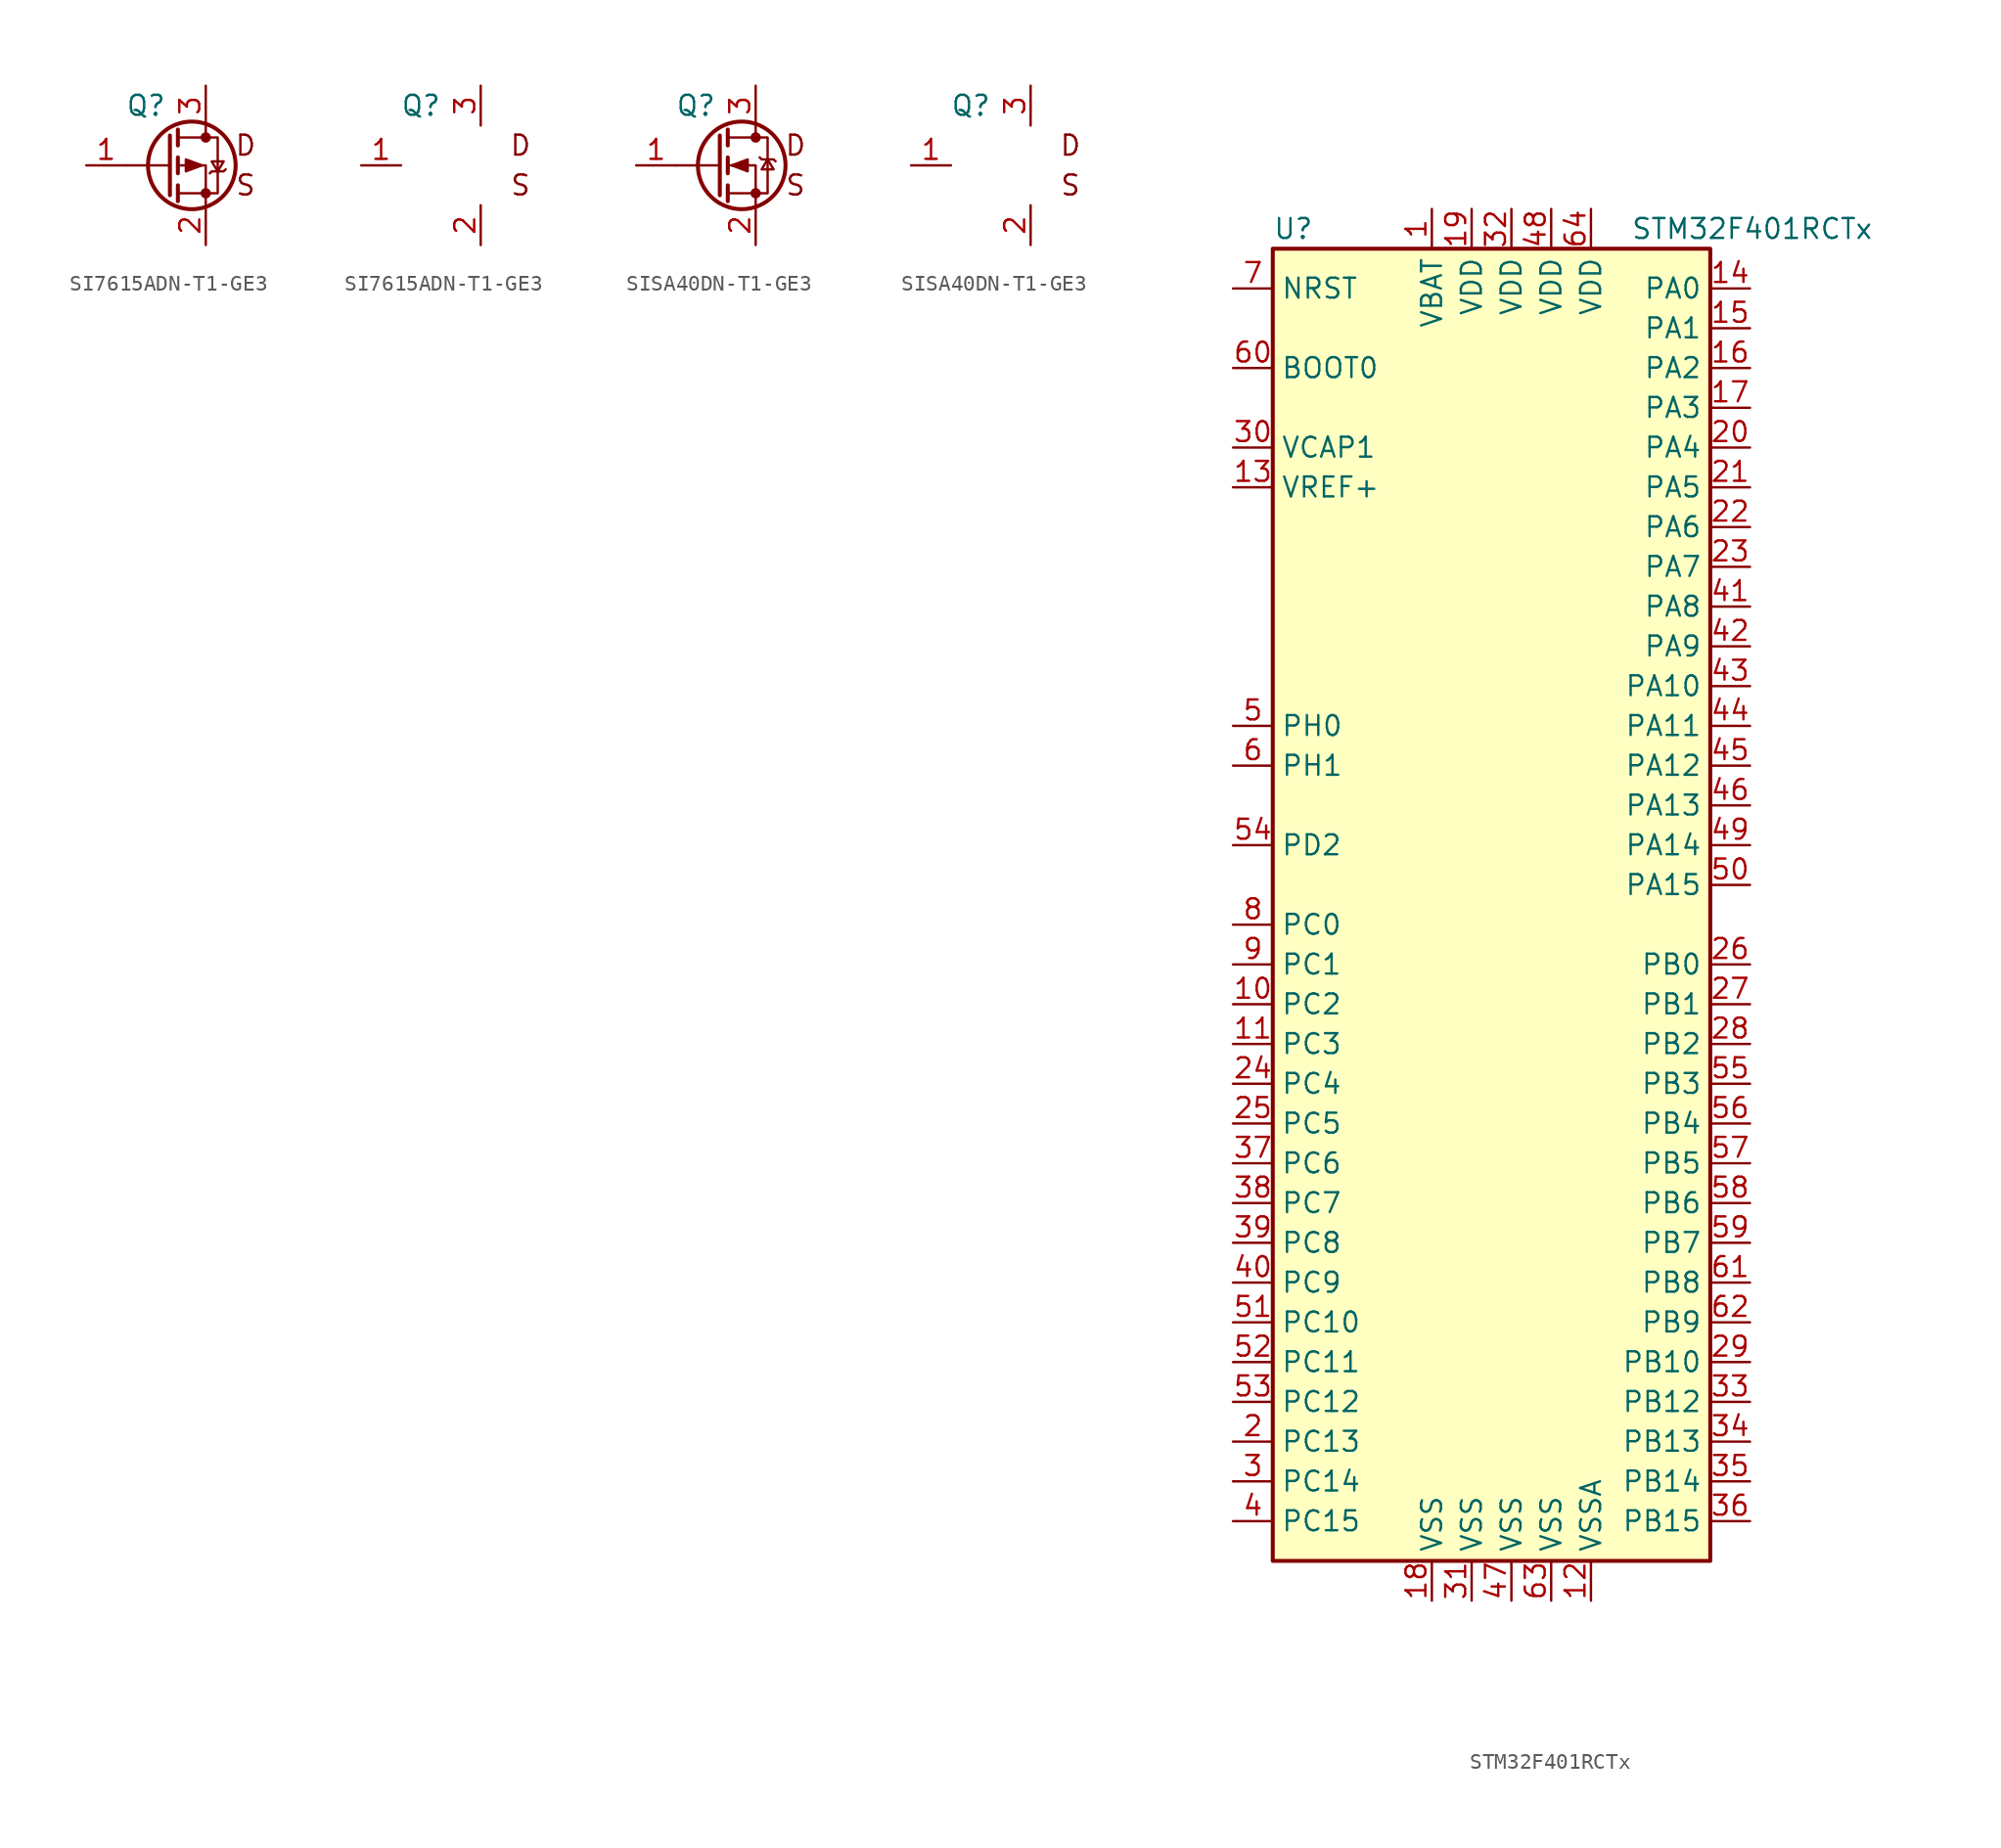
<source format=kicad_sym>
(kicad_symbol_lib
  (version 20211014)
  (generator kicad_symbol_editor)
  (symbol "SI7615ADN-T1-GE3"
    (pin_names
      (offset 1.016))
    (property "Reference" "Q"
      (at -3.81 3.81 0)
      (effects (font (size 1.27 1.27))))
    (symbol "SI7615ADN-T1-GE3_0_0"
      (text "D" (at 2.54 1.27 0) (effects (font (size 1.27 1.27))))
      (text "S" (at 2.54 -1.27 0) (effects (font (size 1.27 1.27)))))
    (symbol "SI7615ADN-T1-GE3_1_1"
      (circle (center -0.889 0) (radius 2.794) (stroke (width 0.254) (type default) (color 0 0 0 0)) (fill (type none)))
      (circle (center 0 -1.778) (radius 0.254) (stroke (width 0) (type default) (color 0 0 0 0)) (fill (type outline)))
      (polyline (pts (xy -2.286 0) (xy -5.08 0)) (stroke (width 0) (type default) (color 0 0 0 0)) (fill (type none)))
      (polyline (pts (xy -2.286 1.905) (xy -2.286 -1.905)) (stroke (width 0.254) (type default) (color 0 0 0 0)) (fill (type none)))
      (polyline (pts (xy -1.778 -1.27) (xy -1.778 -2.286)) (stroke (width 0.254) (type default) (color 0 0 0 0)) (fill (type none)))
      (polyline (pts (xy -1.778 0.508) (xy -1.778 -0.508)) (stroke (width 0.254) (type default) (color 0 0 0 0)) (fill (type none)))
      (polyline (pts (xy -1.778 2.286) (xy -1.778 1.27)) (stroke (width 0.254) (type default) (color 0 0 0 0)) (fill (type none)))
      (polyline (pts (xy 0 2.54) (xy 0 1.778)) (stroke (width 0) (type default) (color 0 0 0 0)) (fill (type none)))
      (polyline (pts (xy 0 -2.54) (xy 0 0) (xy -1.778 0)) (stroke (width 0) (type default) (color 0 0 0 0)) (fill (type none)))
      (polyline (pts (xy -1.778 1.778) (xy 0.762 1.778) (xy 0.762 -1.778) (xy -1.778 -1.778)) (stroke (width 0) (type default) (color 0 0 0 0)) (fill (type none)))
      (polyline (pts (xy -0.254 0) (xy -1.27 0.381) (xy -1.27 -0.381) (xy -0.254 0)) (stroke (width 0) (type default) (color 0 0 0 0)) (fill (type outline)))
      (polyline (pts (xy 0.254 -0.508) (xy 0.381 -0.381) (xy 1.143 -0.381) (xy 1.27 -0.254)) (stroke (width 0) (type default) (color 0 0 0 0)) (fill (type none)))
      (polyline (pts (xy 0.762 -0.381) (xy 0.381 0.254) (xy 1.143 0.254) (xy 0.762 -0.381)) (stroke (width 0) (type default) (color 0 0 0 0)) (fill (type none)))
      (circle (center 0 1.778) (radius 0.254) (stroke (width 0) (type default) (color 0 0 0 0)) (fill (type outline)))
      (pin input line (at -7.62 0 0) (length 2.54) (name "~" (effects (font (size 1.27 1.27)))) (number "1" (effects (font (size 1.27 1.27)))))
      (pin passive line (at 0 -5.08 90) (length 2.54) (name "~" (effects (font (size 1.27 1.27)))) (number "2" (effects (font (size 1.27 1.27)))))
      (pin passive line (at 0 5.08 270) (length 2.54) (name "~" (effects (font (size 1.27 1.27)))) (number "3" (effects (font (size 1.27 1.27))))))
    (symbol "SI7615ADN-T1-GE3_1_2"
      (pin input line (at -7.62 0 0) (length 2.54) (name "~" (effects (font (size 1.27 1.27)))) (number "1" (effects (font (size 1.27 1.27)))))
      (pin passive line (at 0 -5.08 90) (length 2.54) (name "~" (effects (font (size 1.27 1.27)))) (number "2" (effects (font (size 1.27 1.27)))))
      (pin passive line (at 0 5.08 270) (length 2.54) (name "~" (effects (font (size 1.27 1.27)))) (number "3" (effects (font (size 1.27 1.27)))))))
  (symbol "SISA40DN-T1-GE3"
    (pin_names
      (offset 1.016))
    (property "Reference" "Q"
      (at -3.81 3.81 0)
      (effects (font (size 1.27 1.27))))
    (symbol "SISA40DN-T1-GE3_0_0"
      (text "D" (at 2.54 1.27 0) (effects (font (size 1.27 1.27))))
      (text "S" (at 2.54 -1.27 0) (effects (font (size 1.27 1.27)))))
    (symbol "SISA40DN-T1-GE3_1_1"
      (circle (center -0.889 0) (radius 2.794) (stroke (width 0.254) (type default) (color 0 0 0 0)) (fill (type none)))
      (circle (center 0 -1.778) (radius 0.254) (stroke (width 0) (type default) (color 0 0 0 0)) (fill (type outline)))
      (polyline (pts (xy -2.286 0) (xy -5.08 0)) (stroke (width 0) (type default) (color 0 0 0 0)) (fill (type none)))
      (polyline (pts (xy -2.286 1.905) (xy -2.286 -1.905)) (stroke (width 0.254) (type default) (color 0 0 0 0)) (fill (type none)))
      (polyline (pts (xy -1.778 -1.27) (xy -1.778 -2.286)) (stroke (width 0.254) (type default) (color 0 0 0 0)) (fill (type none)))
      (polyline (pts (xy -1.778 0.508) (xy -1.778 -0.508)) (stroke (width 0.254) (type default) (color 0 0 0 0)) (fill (type none)))
      (polyline (pts (xy -1.778 2.286) (xy -1.778 1.27)) (stroke (width 0.254) (type default) (color 0 0 0 0)) (fill (type none)))
      (polyline (pts (xy 0 2.54) (xy 0 1.778)) (stroke (width 0) (type default) (color 0 0 0 0)) (fill (type none)))
      (polyline (pts (xy 0 -2.54) (xy 0 0) (xy -1.778 0)) (stroke (width 0) (type default) (color 0 0 0 0)) (fill (type none)))
      (polyline (pts (xy -1.778 -1.778) (xy 0.762 -1.778) (xy 0.762 1.778) (xy -1.778 1.778)) (stroke (width 0) (type default) (color 0 0 0 0)) (fill (type none)))
      (polyline (pts (xy -1.524 0) (xy -0.508 0.381) (xy -0.508 -0.381) (xy -1.524 0)) (stroke (width 0) (type default) (color 0 0 0 0)) (fill (type outline)))
      (polyline (pts (xy 0.254 0.508) (xy 0.381 0.381) (xy 1.143 0.381) (xy 1.27 0.254)) (stroke (width 0) (type default) (color 0 0 0 0)) (fill (type none)))
      (polyline (pts (xy 0.762 0.381) (xy 0.381 -0.254) (xy 1.143 -0.254) (xy 0.762 0.381)) (stroke (width 0) (type default) (color 0 0 0 0)) (fill (type none)))
      (circle (center 0 1.778) (radius 0.254) (stroke (width 0) (type default) (color 0 0 0 0)) (fill (type outline)))
      (pin input line (at -7.62 0 0) (length 2.54) (name "~" (effects (font (size 1.27 1.27)))) (number "1" (effects (font (size 1.27 1.27)))))
      (pin passive line (at 0 -5.08 90) (length 2.54) (name "~" (effects (font (size 1.27 1.27)))) (number "2" (effects (font (size 1.27 1.27)))))
      (pin passive line (at 0 5.08 270) (length 2.54) (name "~" (effects (font (size 1.27 1.27)))) (number "3" (effects (font (size 1.27 1.27))))))
    (symbol "SISA40DN-T1-GE3_1_2"
      (pin input line (at -7.62 0 0) (length 2.54) (name "~" (effects (font (size 1.27 1.27)))) (number "1" (effects (font (size 1.27 1.27)))))
      (pin passive line (at 0 -5.08 90) (length 2.54) (name "~" (effects (font (size 1.27 1.27)))) (number "2" (effects (font (size 1.27 1.27)))))
      (pin passive line (at 0 5.08 270) (length 2.54) (name "~" (effects (font (size 1.27 1.27)))) (number "3" (effects (font (size 1.27 1.27)))))))
  (symbol "STM32F401RCTx"
    (property "Reference" "U"
      (at -15.24 41.91 0)
      (effects (font (size 1.27 1.27)) (justify left)))
    (property "Value" "STM32F401RCTx"
      (at 7.62 41.91 0)
      (effects (font (size 1.27 1.27)) (justify left)))
    (symbol "STM32F401RCTx_0_1"
      (rectangle (start -15.24 -43.18) (end 12.7 40.64) (stroke (width 0.254) (type default) (color 0 0 0 0)) (fill (type background))))
    (symbol "STM32F401RCTx_1_1"
      (pin power_in line (at -5.08 43.18 270) (length 2.54) (name "VBAT" (effects (font (size 1.27 1.27)))) (number "1" (effects (font (size 1.27 1.27)))))
      (pin bidirectional line (at -17.78 -7.62 0) (length 2.54) (name "PC2" (effects (font (size 1.27 1.27)))) (number "10" (effects (font (size 1.27 1.27)))))
      (pin bidirectional line (at -17.78 -10.16 0) (length 2.54) (name "PC3" (effects (font (size 1.27 1.27)))) (number "11" (effects (font (size 1.27 1.27)))))
      (pin power_in line (at 5.08 -45.72 90) (length 2.54) (name "VSSA" (effects (font (size 1.27 1.27)))) (number "12" (effects (font (size 1.27 1.27)))))
      (pin power_in line (at -17.78 25.4 0) (length 2.54) (name "VREF+" (effects (font (size 1.27 1.27)))) (number "13" (effects (font (size 1.27 1.27)))))
      (pin bidirectional line (at 15.24 38.1 180) (length 2.54) (name "PA0" (effects (font (size 1.27 1.27)))) (number "14" (effects (font (size 1.27 1.27)))))
      (pin bidirectional line (at 15.24 35.56 180) (length 2.54) (name "PA1" (effects (font (size 1.27 1.27)))) (number "15" (effects (font (size 1.27 1.27)))))
      (pin bidirectional line (at 15.24 33.02 180) (length 2.54) (name "PA2" (effects (font (size 1.27 1.27)))) (number "16" (effects (font (size 1.27 1.27)))))
      (pin bidirectional line (at 15.24 30.48 180) (length 2.54) (name "PA3" (effects (font (size 1.27 1.27)))) (number "17" (effects (font (size 1.27 1.27)))))
      (pin power_in line (at -5.08 -45.72 90) (length 2.54) (name "VSS" (effects (font (size 1.27 1.27)))) (number "18" (effects (font (size 1.27 1.27)))))
      (pin power_in line (at -2.54 43.18 270) (length 2.54) (name "VDD" (effects (font (size 1.27 1.27)))) (number "19" (effects (font (size 1.27 1.27)))))
      (pin bidirectional line (at -17.78 -35.56 0) (length 2.54) (name "PC13" (effects (font (size 1.27 1.27)))) (number "2" (effects (font (size 1.27 1.27)))))
      (pin bidirectional line (at 15.24 27.94 180) (length 2.54) (name "PA4" (effects (font (size 1.27 1.27)))) (number "20" (effects (font (size 1.27 1.27)))))
      (pin bidirectional line (at 15.24 25.4 180) (length 2.54) (name "PA5" (effects (font (size 1.27 1.27)))) (number "21" (effects (font (size 1.27 1.27)))))
      (pin bidirectional line (at 15.24 22.86 180) (length 2.54) (name "PA6" (effects (font (size 1.27 1.27)))) (number "22" (effects (font (size 1.27 1.27)))))
      (pin bidirectional line (at 15.24 20.32 180) (length 2.54) (name "PA7" (effects (font (size 1.27 1.27)))) (number "23" (effects (font (size 1.27 1.27)))))
      (pin bidirectional line (at -17.78 -12.7 0) (length 2.54) (name "PC4" (effects (font (size 1.27 1.27)))) (number "24" (effects (font (size 1.27 1.27)))))
      (pin bidirectional line (at -17.78 -15.24 0) (length 2.54) (name "PC5" (effects (font (size 1.27 1.27)))) (number "25" (effects (font (size 1.27 1.27)))))
      (pin bidirectional line (at 15.24 -5.08 180) (length 2.54) (name "PB0" (effects (font (size 1.27 1.27)))) (number "26" (effects (font (size 1.27 1.27)))))
      (pin bidirectional line (at 15.24 -7.62 180) (length 2.54) (name "PB1" (effects (font (size 1.27 1.27)))) (number "27" (effects (font (size 1.27 1.27)))))
      (pin bidirectional line (at 15.24 -10.16 180) (length 2.54) (name "PB2" (effects (font (size 1.27 1.27)))) (number "28" (effects (font (size 1.27 1.27)))))
      (pin bidirectional line (at 15.24 -30.48 180) (length 2.54) (name "PB10" (effects (font (size 1.27 1.27)))) (number "29" (effects (font (size 1.27 1.27)))))
      (pin bidirectional line (at -17.78 -38.1 0) (length 2.54) (name "PC14" (effects (font (size 1.27 1.27)))) (number "3" (effects (font (size 1.27 1.27)))))
      (pin power_in line (at -17.78 27.94 0) (length 2.54) (name "VCAP1" (effects (font (size 1.27 1.27)))) (number "30" (effects (font (size 1.27 1.27)))))
      (pin power_in line (at -2.54 -45.72 90) (length 2.54) (name "VSS" (effects (font (size 1.27 1.27)))) (number "31" (effects (font (size 1.27 1.27)))))
      (pin power_in line (at 0 43.18 270) (length 2.54) (name "VDD" (effects (font (size 1.27 1.27)))) (number "32" (effects (font (size 1.27 1.27)))))
      (pin bidirectional line (at 15.24 -33.02 180) (length 2.54) (name "PB12" (effects (font (size 1.27 1.27)))) (number "33" (effects (font (size 1.27 1.27)))))
      (pin bidirectional line (at 15.24 -35.56 180) (length 2.54) (name "PB13" (effects (font (size 1.27 1.27)))) (number "34" (effects (font (size 1.27 1.27)))))
      (pin bidirectional line (at 15.24 -38.1 180) (length 2.54) (name "PB14" (effects (font (size 1.27 1.27)))) (number "35" (effects (font (size 1.27 1.27)))))
      (pin bidirectional line (at 15.24 -40.64 180) (length 2.54) (name "PB15" (effects (font (size 1.27 1.27)))) (number "36" (effects (font (size 1.27 1.27)))))
      (pin bidirectional line (at -17.78 -17.78 0) (length 2.54) (name "PC6" (effects (font (size 1.27 1.27)))) (number "37" (effects (font (size 1.27 1.27)))))
      (pin bidirectional line (at -17.78 -20.32 0) (length 2.54) (name "PC7" (effects (font (size 1.27 1.27)))) (number "38" (effects (font (size 1.27 1.27)))))
      (pin bidirectional line (at -17.78 -22.86 0) (length 2.54) (name "PC8" (effects (font (size 1.27 1.27)))) (number "39" (effects (font (size 1.27 1.27)))))
      (pin bidirectional line (at -17.78 -40.64 0) (length 2.54) (name "PC15" (effects (font (size 1.27 1.27)))) (number "4" (effects (font (size 1.27 1.27)))))
      (pin bidirectional line (at -17.78 -25.4 0) (length 2.54) (name "PC9" (effects (font (size 1.27 1.27)))) (number "40" (effects (font (size 1.27 1.27)))))
      (pin bidirectional line (at 15.24 17.78 180) (length 2.54) (name "PA8" (effects (font (size 1.27 1.27)))) (number "41" (effects (font (size 1.27 1.27)))))
      (pin bidirectional line (at 15.24 15.24 180) (length 2.54) (name "PA9" (effects (font (size 1.27 1.27)))) (number "42" (effects (font (size 1.27 1.27)))))
      (pin bidirectional line (at 15.24 12.7 180) (length 2.54) (name "PA10" (effects (font (size 1.27 1.27)))) (number "43" (effects (font (size 1.27 1.27)))))
      (pin bidirectional line (at 15.24 10.16 180) (length 2.54) (name "PA11" (effects (font (size 1.27 1.27)))) (number "44" (effects (font (size 1.27 1.27)))))
      (pin bidirectional line (at 15.24 7.62 180) (length 2.54) (name "PA12" (effects (font (size 1.27 1.27)))) (number "45" (effects (font (size 1.27 1.27)))))
      (pin bidirectional line (at 15.24 5.08 180) (length 2.54) (name "PA13" (effects (font (size 1.27 1.27)))) (number "46" (effects (font (size 1.27 1.27)))))
      (pin power_in line (at 0 -45.72 90) (length 2.54) (name "VSS" (effects (font (size 1.27 1.27)))) (number "47" (effects (font (size 1.27 1.27)))))
      (pin power_in line (at 2.54 43.18 270) (length 2.54) (name "VDD" (effects (font (size 1.27 1.27)))) (number "48" (effects (font (size 1.27 1.27)))))
      (pin bidirectional line (at 15.24 2.54 180) (length 2.54) (name "PA14" (effects (font (size 1.27 1.27)))) (number "49" (effects (font (size 1.27 1.27)))))
      (pin input line (at -17.78 10.16 0) (length 2.54) (name "PH0" (effects (font (size 1.27 1.27)))) (number "5" (effects (font (size 1.27 1.27)))))
      (pin bidirectional line (at 15.24 0 180) (length 2.54) (name "PA15" (effects (font (size 1.27 1.27)))) (number "50" (effects (font (size 1.27 1.27)))))
      (pin bidirectional line (at -17.78 -27.94 0) (length 2.54) (name "PC10" (effects (font (size 1.27 1.27)))) (number "51" (effects (font (size 1.27 1.27)))))
      (pin bidirectional line (at -17.78 -30.48 0) (length 2.54) (name "PC11" (effects (font (size 1.27 1.27)))) (number "52" (effects (font (size 1.27 1.27)))))
      (pin bidirectional line (at -17.78 -33.02 0) (length 2.54) (name "PC12" (effects (font (size 1.27 1.27)))) (number "53" (effects (font (size 1.27 1.27)))))
      (pin bidirectional line (at -17.78 2.54 0) (length 2.54) (name "PD2" (effects (font (size 1.27 1.27)))) (number "54" (effects (font (size 1.27 1.27)))))
      (pin bidirectional line (at 15.24 -12.7 180) (length 2.54) (name "PB3" (effects (font (size 1.27 1.27)))) (number "55" (effects (font (size 1.27 1.27)))))
      (pin bidirectional line (at 15.24 -15.24 180) (length 2.54) (name "PB4" (effects (font (size 1.27 1.27)))) (number "56" (effects (font (size 1.27 1.27)))))
      (pin bidirectional line (at 15.24 -17.78 180) (length 2.54) (name "PB5" (effects (font (size 1.27 1.27)))) (number "57" (effects (font (size 1.27 1.27)))))
      (pin bidirectional line (at 15.24 -20.32 180) (length 2.54) (name "PB6" (effects (font (size 1.27 1.27)))) (number "58" (effects (font (size 1.27 1.27)))))
      (pin bidirectional line (at 15.24 -22.86 180) (length 2.54) (name "PB7" (effects (font (size 1.27 1.27)))) (number "59" (effects (font (size 1.27 1.27)))))
      (pin input line (at -17.78 7.62 0) (length 2.54) (name "PH1" (effects (font (size 1.27 1.27)))) (number "6" (effects (font (size 1.27 1.27)))))
      (pin input line (at -17.78 33.02 0) (length 2.54) (name "BOOT0" (effects (font (size 1.27 1.27)))) (number "60" (effects (font (size 1.27 1.27)))))
      (pin bidirectional line (at 15.24 -25.4 180) (length 2.54) (name "PB8" (effects (font (size 1.27 1.27)))) (number "61" (effects (font (size 1.27 1.27)))))
      (pin bidirectional line (at 15.24 -27.94 180) (length 2.54) (name "PB9" (effects (font (size 1.27 1.27)))) (number "62" (effects (font (size 1.27 1.27)))))
      (pin power_in line (at 2.54 -45.72 90) (length 2.54) (name "VSS" (effects (font (size 1.27 1.27)))) (number "63" (effects (font (size 1.27 1.27)))))
      (pin power_in line (at 5.08 43.18 270) (length 2.54) (name "VDD" (effects (font (size 1.27 1.27)))) (number "64" (effects (font (size 1.27 1.27)))))
      (pin input line (at -17.78 38.1 0) (length 2.54) (name "NRST" (effects (font (size 1.27 1.27)))) (number "7" (effects (font (size 1.27 1.27)))))
      (pin bidirectional line (at -17.78 -2.54 0) (length 2.54) (name "PC0" (effects (font (size 1.27 1.27)))) (number "8" (effects (font (size 1.27 1.27)))))
      (pin bidirectional line (at -17.78 -5.08 0) (length 2.54) (name "PC1" (effects (font (size 1.27 1.27)))) (number "9" (effects (font (size 1.27 1.27))))))))
</source>
